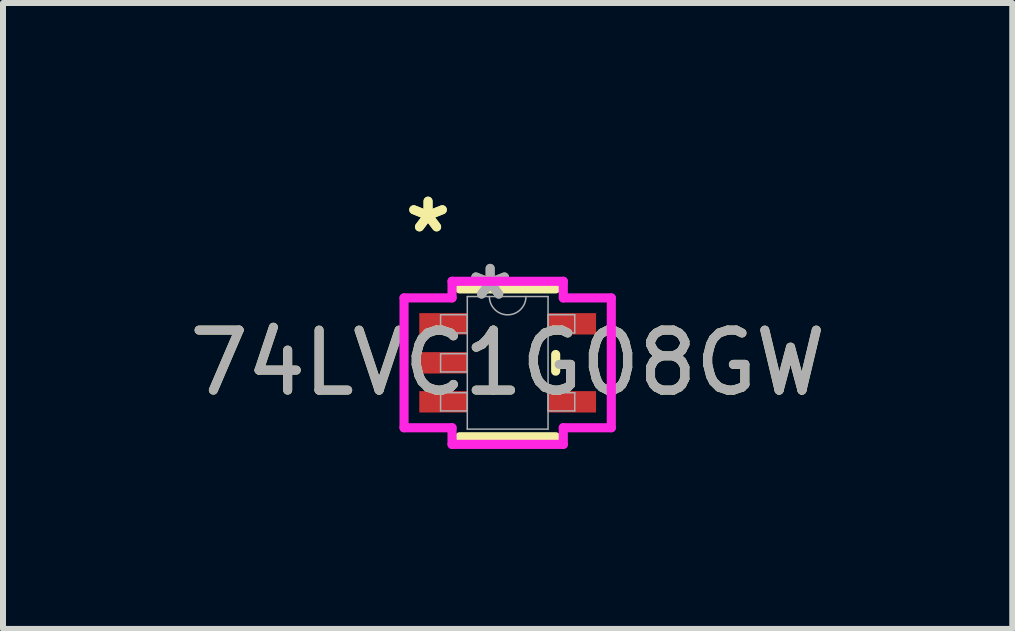
<source format=kicad_pcb>
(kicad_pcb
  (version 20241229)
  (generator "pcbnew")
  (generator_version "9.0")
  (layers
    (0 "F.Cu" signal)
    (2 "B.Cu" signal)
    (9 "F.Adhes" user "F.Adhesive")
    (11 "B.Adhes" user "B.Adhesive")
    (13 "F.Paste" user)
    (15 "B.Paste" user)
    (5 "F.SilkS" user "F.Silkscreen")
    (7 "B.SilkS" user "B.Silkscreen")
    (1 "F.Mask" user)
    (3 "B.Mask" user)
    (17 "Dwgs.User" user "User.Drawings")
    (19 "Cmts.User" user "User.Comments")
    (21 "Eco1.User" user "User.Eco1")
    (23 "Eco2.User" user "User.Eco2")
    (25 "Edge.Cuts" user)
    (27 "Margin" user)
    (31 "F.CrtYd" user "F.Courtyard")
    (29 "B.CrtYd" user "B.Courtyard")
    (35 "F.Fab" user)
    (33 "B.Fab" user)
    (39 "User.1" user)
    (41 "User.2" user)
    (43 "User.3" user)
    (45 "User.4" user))
  (footprint "74LVC1G08GW"
    (layer "F.Cu")
    (at 5.411 2.997)
    (property "Reference" "74LVC1G08GW" (at 0 0 0) (unlocked yes) (layer "F.SilkS") (effects (font (size 1 1) (thickness 0.15))))
    (attr smd)
    (fp_line (start -0.8 1.232) (end 0.8 1.232) (stroke (width 0.152) (type solid)) (layer "F.SilkS"))
    (fp_line (start 0.8 -1.232) (end -0.8 -1.232) (stroke (width 0.152) (type solid)) (layer "F.SilkS"))
    (fp_line (start 0.8 0.139) (end 0.8 -0.139) (stroke (width 0.152) (type solid)) (layer "F.SilkS"))
    (fp_line (start -1.727 -1.082) (end -0.927 -1.082) (stroke (width 0.152) (type solid)) (layer "F.CrtYd"))
    (fp_line (start -1.727 1.082) (end -1.727 -1.082) (stroke (width 0.152) (type solid)) (layer "F.CrtYd"))
    (fp_line (start -1.727 1.082) (end -0.927 1.082) (stroke (width 0.152) (type solid)) (layer "F.CrtYd"))
    (fp_line (start -0.927 -1.359) (end 0.927 -1.359) (stroke (width 0.152) (type solid)) (layer "F.CrtYd"))
    (fp_line (start -0.927 -1.082) (end -0.927 -1.359) (stroke (width 0.152) (type solid)) (layer "F.CrtYd"))
    (fp_line (start -0.927 1.359) (end -0.927 1.082) (stroke (width 0.152) (type solid)) (layer "F.CrtYd"))
    (fp_line (start 0.927 -1.359) (end 0.927 -1.082) (stroke (width 0.152) (type solid)) (layer "F.CrtYd"))
    (fp_line (start 0.927 1.082) (end 0.927 1.359) (stroke (width 0.152) (type solid)) (layer "F.CrtYd"))
    (fp_line (start 0.927 1.359) (end -0.927 1.359) (stroke (width 0.152) (type solid)) (layer "F.CrtYd"))
    (fp_line (start 1.727 -1.082) (end 0.927 -1.082) (stroke (width 0.152) (type solid)) (layer "F.CrtYd"))
    (fp_line (start 1.727 -1.082) (end 1.727 1.082) (stroke (width 0.152) (type solid)) (layer "F.CrtYd"))
    (fp_line (start 1.727 1.082) (end 0.927 1.082) (stroke (width 0.152) (type solid)) (layer "F.CrtYd"))
    (fp_line (start -1.118 -0.802) (end -1.118 -0.498) (stroke (width 0.025) (type solid)) (layer "F.Fab"))
    (fp_line (start -1.118 -0.498) (end -0.673 -0.498) (stroke (width 0.025) (type solid)) (layer "F.Fab"))
    (fp_line (start -1.118 -0.152) (end -1.118 0.152) (stroke (width 0.025) (type solid)) (layer "F.Fab"))
    (fp_line (start -1.118 0.152) (end -0.673 0.152) (stroke (width 0.025) (type solid)) (layer "F.Fab"))
    (fp_line (start -1.118 0.498) (end -1.118 0.802) (stroke (width 0.025) (type solid)) (layer "F.Fab"))
    (fp_line (start -1.118 0.802) (end -0.673 0.802) (stroke (width 0.025) (type solid)) (layer "F.Fab"))
    (fp_line (start -0.673 -1.105) (end -0.673 1.105) (stroke (width 0.025) (type solid)) (layer "F.Fab"))
    (fp_line (start -0.673 -0.802) (end -1.118 -0.802) (stroke (width 0.025) (type solid)) (layer "F.Fab"))
    (fp_line (start -0.673 -0.498) (end -0.673 -0.802) (stroke (width 0.025) (type solid)) (layer "F.Fab"))
    (fp_line (start -0.673 -0.152) (end -1.118 -0.152) (stroke (width 0.025) (type solid)) (layer "F.Fab"))
    (fp_line (start -0.673 0.152) (end -0.673 -0.152) (stroke (width 0.025) (type solid)) (layer "F.Fab"))
    (fp_line (start -0.673 0.498) (end -1.118 0.498) (stroke (width 0.025) (type solid)) (layer "F.Fab"))
    (fp_line (start -0.673 0.802) (end -0.673 0.498) (stroke (width 0.025) (type solid)) (layer "F.Fab"))
    (fp_line (start -0.673 1.105) (end 0.673 1.105) (stroke (width 0.025) (type solid)) (layer "F.Fab"))
    (fp_line (start 0.673 -1.105) (end -0.673 -1.105) (stroke (width 0.025) (type solid)) (layer "F.Fab"))
    (fp_line (start 0.673 -0.802) (end 0.673 -0.498) (stroke (width 0.025) (type solid)) (layer "F.Fab"))
    (fp_line (start 0.673 -0.498) (end 1.118 -0.498) (stroke (width 0.025) (type solid)) (layer "F.Fab"))
    (fp_line (start 0.673 0.498) (end 0.673 0.802) (stroke (width 0.025) (type solid)) (layer "F.Fab"))
    (fp_line (start 0.673 0.802) (end 1.118 0.802) (stroke (width 0.025) (type solid)) (layer "F.Fab"))
    (fp_line (start 0.673 1.105) (end 0.673 -1.105) (stroke (width 0.025) (type solid)) (layer "F.Fab"))
    (fp_line (start 1.118 -0.802) (end 0.673 -0.802) (stroke (width 0.025) (type solid)) (layer "F.Fab"))
    (fp_line (start 1.118 -0.498) (end 1.118 -0.802) (stroke (width 0.025) (type solid)) (layer "F.Fab"))
    (fp_line (start 1.118 0.498) (end 0.673 0.498) (stroke (width 0.025) (type solid)) (layer "F.Fab"))
    (fp_line (start 1.118 0.802) (end 1.118 0.498) (stroke (width 0.025) (type solid)) (layer "F.Fab"))
    (fp_arc (start 0.3048 -1.1049) (mid 0 -0.8001) (end -0.3048 -1.1049) (stroke (width 0.0254) (type solid)) (layer "F.Fab"))
    (fp_text user "*" (at -1.327 -2.149 0) (unlocked yes) (layer "F.SilkS") (effects (font (size 1 1) (thickness 0.15))))
    (fp_text user "*" (at -1.327 -2.149 0) (layer "F.SilkS") (effects (font (size 1 1) (thickness 0.15))))
    (fp_text user "${REFERENCE}" (at 0 0 0) (unlocked yes) (layer "F.Fab") (effects (font (size 1 1) (thickness 0.15))))
    (fp_text user "*" (at -0.292 -1.029 0) (unlocked yes) (layer "F.Fab") (effects (font (size 1 1) (thickness 0.15))))
    (fp_text user "*" (at -0.292 -1.029 0) (layer "F.Fab") (effects (font (size 1 1) (thickness 0.15))))
    (pad "1" smd rect (at -1.073 -0.65) (size 0.8 0.356) (layers "F.Cu" "F.Mask" "F.Paste"))
    (pad "2" smd rect (at -1.073 0) (size 0.8 0.356) (layers "F.Cu" "F.Mask" "F.Paste"))
    (pad "3" smd rect (at -1.073 0.65) (size 0.8 0.356) (layers "F.Cu" "F.Mask" "F.Paste"))
    (pad "4" smd rect (at 1.073 0.65) (size 0.8 0.356) (layers "F.Cu" "F.Mask" "F.Paste"))
    (pad "5" smd rect (at 1.073 -0.65) (size 0.8 0.356) (layers "F.Cu" "F.Mask" "F.Paste")))
  (gr_rect
    (start -3 -3)
    (end 13.821 7.432)
    (stroke (width 0.1) (type default))
    (fill no)
    (layer "Edge.Cuts")))
</source>
